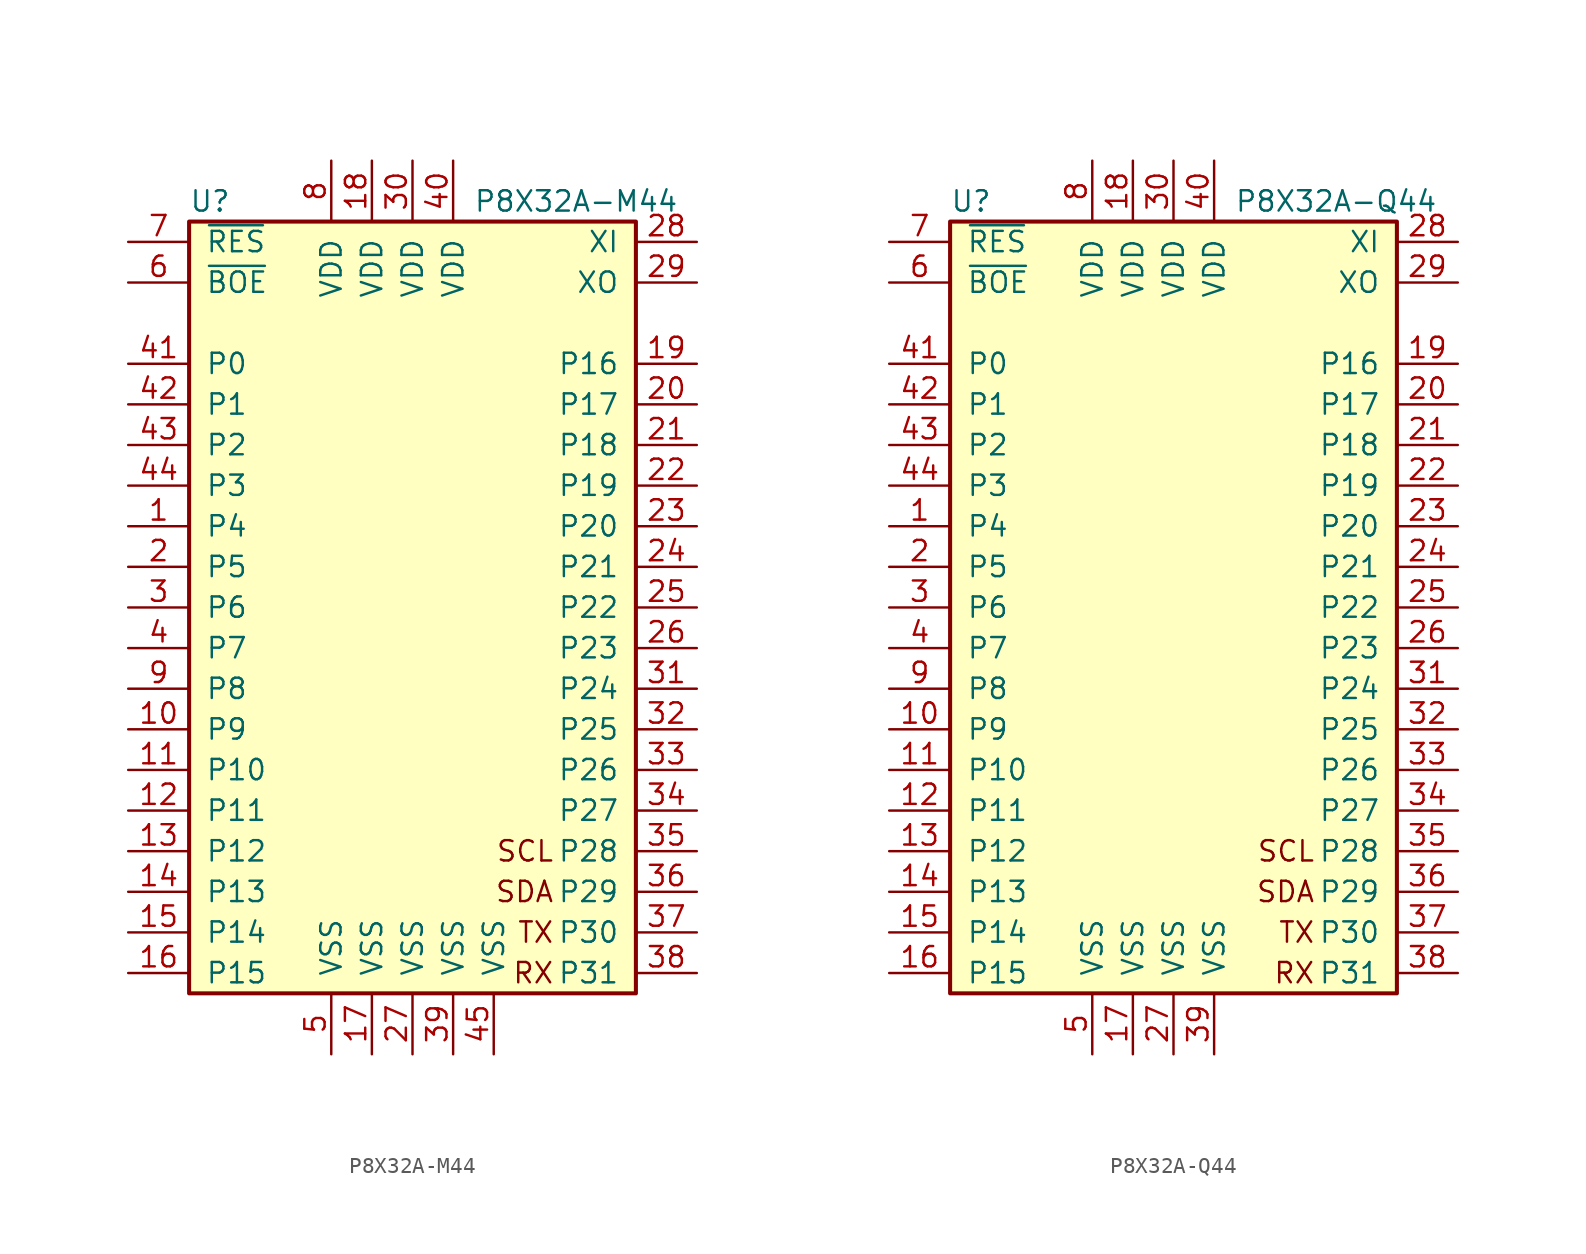
<source format=kicad_sym>
(kicad_symbol_lib
  (version 20201005)
  (generator kicad_symbol_editor)
  (symbol "P8X32A-M44"
    (pin_names
      (offset 1.016))
    (property "Reference" "U"
      (at -13.97 25.4 0)
      (effects (font (size 1.27 1.27)) (justify left)))
    (property "Value" "P8X32A-M44"
      (at 3.81 25.4 0)
      (effects (font (size 1.27 1.27)) (justify left)))
    (symbol "P8X32A-M44_0_1"
      (text "RX" (at 8.89 -22.86 0) (effects (font (size 1.27 1.27)) (justify right)))
      (text "SCL" (at 8.89 -15.24 0) (effects (font (size 1.27 1.27)) (justify right)))
      (text "SDA" (at 8.89 -17.78 0) (effects (font (size 1.27 1.27)) (justify right)))
      (text "TX" (at 8.89 -20.32 0) (effects (font (size 1.27 1.27)) (justify right)))
      (rectangle (start -13.97 24.13) (end 13.97 -24.13) (stroke (width 0.254)) (fill (type background)))
      (pin bidirectional line (at -17.78 5.08 0) (length 3.81) (name "P4" (effects (font (size 1.27 1.27)))) (number "1" (effects (font (size 1.27 1.27)))))
      (pin bidirectional line (at -17.78 -7.62 0) (length 3.81) (name "P9" (effects (font (size 1.27 1.27)))) (number "10" (effects (font (size 1.27 1.27)))))
      (pin bidirectional line (at -17.78 -10.16 0) (length 3.81) (name "P10" (effects (font (size 1.27 1.27)))) (number "11" (effects (font (size 1.27 1.27)))))
      (pin bidirectional line (at -17.78 -12.7 0) (length 3.81) (name "P11" (effects (font (size 1.27 1.27)))) (number "12" (effects (font (size 1.27 1.27)))))
      (pin bidirectional line (at -17.78 -15.24 0) (length 3.81) (name "P12" (effects (font (size 1.27 1.27)))) (number "13" (effects (font (size 1.27 1.27)))))
      (pin bidirectional line (at -17.78 -17.78 0) (length 3.81) (name "P13" (effects (font (size 1.27 1.27)))) (number "14" (effects (font (size 1.27 1.27)))))
      (pin bidirectional line (at -17.78 -20.32 0) (length 3.81) (name "P14" (effects (font (size 1.27 1.27)))) (number "15" (effects (font (size 1.27 1.27)))))
      (pin bidirectional line (at -17.78 -22.86 0) (length 3.81) (name "P15" (effects (font (size 1.27 1.27)))) (number "16" (effects (font (size 1.27 1.27)))))
      (pin power_in line (at -2.54 -27.94 90) (length 3.81) (name "VSS" (effects (font (size 1.27 1.27)))) (number "17" (effects (font (size 1.27 1.27)))))
      (pin power_in line (at -2.54 27.94 270) (length 3.81) (name "VDD" (effects (font (size 1.27 1.27)))) (number "18" (effects (font (size 1.27 1.27)))))
      (pin bidirectional line (at 17.78 15.24 180) (length 3.81) (name "P16" (effects (font (size 1.27 1.27)))) (number "19" (effects (font (size 1.27 1.27)))))
      (pin bidirectional line (at -17.78 2.54 0) (length 3.81) (name "P5" (effects (font (size 1.27 1.27)))) (number "2" (effects (font (size 1.27 1.27)))))
      (pin bidirectional line (at 17.78 12.7 180) (length 3.81) (name "P17" (effects (font (size 1.27 1.27)))) (number "20" (effects (font (size 1.27 1.27)))))
      (pin bidirectional line (at 17.78 10.16 180) (length 3.81) (name "P18" (effects (font (size 1.27 1.27)))) (number "21" (effects (font (size 1.27 1.27)))))
      (pin bidirectional line (at 17.78 7.62 180) (length 3.81) (name "P19" (effects (font (size 1.27 1.27)))) (number "22" (effects (font (size 1.27 1.27)))))
      (pin bidirectional line (at 17.78 5.08 180) (length 3.81) (name "P20" (effects (font (size 1.27 1.27)))) (number "23" (effects (font (size 1.27 1.27)))))
      (pin bidirectional line (at 17.78 2.54 180) (length 3.81) (name "P21" (effects (font (size 1.27 1.27)))) (number "24" (effects (font (size 1.27 1.27)))))
      (pin bidirectional line (at 17.78 0 180) (length 3.81) (name "P22" (effects (font (size 1.27 1.27)))) (number "25" (effects (font (size 1.27 1.27)))))
      (pin bidirectional line (at 17.78 -2.54 180) (length 3.81) (name "P23" (effects (font (size 1.27 1.27)))) (number "26" (effects (font (size 1.27 1.27)))))
      (pin power_in line (at 0 -27.94 90) (length 3.81) (name "VSS" (effects (font (size 1.27 1.27)))) (number "27" (effects (font (size 1.27 1.27)))))
      (pin input line (at 17.78 22.86 180) (length 3.81) (name "XI" (effects (font (size 1.27 1.27)))) (number "28" (effects (font (size 1.27 1.27)))))
      (pin output line (at 17.78 20.32 180) (length 3.81) (name "XO" (effects (font (size 1.27 1.27)))) (number "29" (effects (font (size 1.27 1.27)))))
      (pin bidirectional line (at -17.78 0 0) (length 3.81) (name "P6" (effects (font (size 1.27 1.27)))) (number "3" (effects (font (size 1.27 1.27)))))
      (pin power_in line (at 0 27.94 270) (length 3.81) (name "VDD" (effects (font (size 1.27 1.27)))) (number "30" (effects (font (size 1.27 1.27)))))
      (pin bidirectional line (at 17.78 -5.08 180) (length 3.81) (name "P24" (effects (font (size 1.27 1.27)))) (number "31" (effects (font (size 1.27 1.27)))))
      (pin bidirectional line (at 17.78 -7.62 180) (length 3.81) (name "P25" (effects (font (size 1.27 1.27)))) (number "32" (effects (font (size 1.27 1.27)))))
      (pin bidirectional line (at 17.78 -10.16 180) (length 3.81) (name "P26" (effects (font (size 1.27 1.27)))) (number "33" (effects (font (size 1.27 1.27)))))
      (pin bidirectional line (at 17.78 -12.7 180) (length 3.81) (name "P27" (effects (font (size 1.27 1.27)))) (number "34" (effects (font (size 1.27 1.27)))))
      (pin bidirectional line (at 17.78 -15.24 180) (length 3.81) (name "P28" (effects (font (size 1.27 1.27)))) (number "35" (effects (font (size 1.27 1.27)))))
      (pin bidirectional line (at 17.78 -17.78 180) (length 3.81) (name "P29" (effects (font (size 1.27 1.27)))) (number "36" (effects (font (size 1.27 1.27)))))
      (pin bidirectional line (at 17.78 -20.32 180) (length 3.81) (name "P30" (effects (font (size 1.27 1.27)))) (number "37" (effects (font (size 1.27 1.27)))))
      (pin bidirectional line (at 17.78 -22.86 180) (length 3.81) (name "P31" (effects (font (size 1.27 1.27)))) (number "38" (effects (font (size 1.27 1.27)))))
      (pin power_in line (at 2.54 -27.94 90) (length 3.81) (name "VSS" (effects (font (size 1.27 1.27)))) (number "39" (effects (font (size 1.27 1.27)))))
      (pin bidirectional line (at -17.78 -2.54 0) (length 3.81) (name "P7" (effects (font (size 1.27 1.27)))) (number "4" (effects (font (size 1.27 1.27)))))
      (pin power_in line (at 2.54 27.94 270) (length 3.81) (name "VDD" (effects (font (size 1.27 1.27)))) (number "40" (effects (font (size 1.27 1.27)))))
      (pin bidirectional line (at -17.78 15.24 0) (length 3.81) (name "P0" (effects (font (size 1.27 1.27)))) (number "41" (effects (font (size 1.27 1.27)))))
      (pin bidirectional line (at -17.78 12.7 0) (length 3.81) (name "P1" (effects (font (size 1.27 1.27)))) (number "42" (effects (font (size 1.27 1.27)))))
      (pin bidirectional line (at -17.78 10.16 0) (length 3.81) (name "P2" (effects (font (size 1.27 1.27)))) (number "43" (effects (font (size 1.27 1.27)))))
      (pin bidirectional line (at -17.78 7.62 0) (length 3.81) (name "P3" (effects (font (size 1.27 1.27)))) (number "44" (effects (font (size 1.27 1.27)))))
      (pin power_in line (at 5.08 -27.94 90) (length 3.81) (name "VSS" (effects (font (size 1.27 1.27)))) (number "45" (effects (font (size 1.27 1.27)))))
      (pin power_in line (at -5.08 -27.94 90) (length 3.81) (name "VSS" (effects (font (size 1.27 1.27)))) (number "5" (effects (font (size 1.27 1.27)))))
      (pin input line (at -17.78 20.32 0) (length 3.81) (name "~BOE" (effects (font (size 1.27 1.27)))) (number "6" (effects (font (size 1.27 1.27)))))
      (pin bidirectional line (at -17.78 22.86 0) (length 3.81) (name "~RES" (effects (font (size 1.27 1.27)))) (number "7" (effects (font (size 1.27 1.27)))))
      (pin power_in line (at -5.08 27.94 270) (length 3.81) (name "VDD" (effects (font (size 1.27 1.27)))) (number "8" (effects (font (size 1.27 1.27)))))
      (pin bidirectional line (at -17.78 -5.08 0) (length 3.81) (name "P8" (effects (font (size 1.27 1.27)))) (number "9" (effects (font (size 1.27 1.27)))))))
  (symbol "P8X32A-Q44"
    (pin_names
      (offset 1.016))
    (property "Reference" "U"
      (at -13.97 25.4 0)
      (effects (font (size 1.27 1.27)) (justify left)))
    (property "Value" "P8X32A-Q44"
      (at 3.81 25.4 0)
      (effects (font (size 1.27 1.27)) (justify left)))
    (symbol "P8X32A-Q44_0_1"
      (text "RX" (at 8.89 -22.86 0) (effects (font (size 1.27 1.27)) (justify right)))
      (text "SCL" (at 8.89 -15.24 0) (effects (font (size 1.27 1.27)) (justify right)))
      (text "SDA" (at 8.89 -17.78 0) (effects (font (size 1.27 1.27)) (justify right)))
      (text "TX" (at 8.89 -20.32 0) (effects (font (size 1.27 1.27)) (justify right)))
      (rectangle (start -13.97 24.13) (end 13.97 -24.13) (stroke (width 0.254)) (fill (type background)))
      (pin bidirectional line (at -17.78 5.08 0) (length 3.81) (name "P4" (effects (font (size 1.27 1.27)))) (number "1" (effects (font (size 1.27 1.27)))))
      (pin bidirectional line (at -17.78 -7.62 0) (length 3.81) (name "P9" (effects (font (size 1.27 1.27)))) (number "10" (effects (font (size 1.27 1.27)))))
      (pin bidirectional line (at -17.78 -10.16 0) (length 3.81) (name "P10" (effects (font (size 1.27 1.27)))) (number "11" (effects (font (size 1.27 1.27)))))
      (pin bidirectional line (at -17.78 -12.7 0) (length 3.81) (name "P11" (effects (font (size 1.27 1.27)))) (number "12" (effects (font (size 1.27 1.27)))))
      (pin bidirectional line (at -17.78 -15.24 0) (length 3.81) (name "P12" (effects (font (size 1.27 1.27)))) (number "13" (effects (font (size 1.27 1.27)))))
      (pin bidirectional line (at -17.78 -17.78 0) (length 3.81) (name "P13" (effects (font (size 1.27 1.27)))) (number "14" (effects (font (size 1.27 1.27)))))
      (pin bidirectional line (at -17.78 -20.32 0) (length 3.81) (name "P14" (effects (font (size 1.27 1.27)))) (number "15" (effects (font (size 1.27 1.27)))))
      (pin bidirectional line (at -17.78 -22.86 0) (length 3.81) (name "P15" (effects (font (size 1.27 1.27)))) (number "16" (effects (font (size 1.27 1.27)))))
      (pin power_in line (at -2.54 -27.94 90) (length 3.81) (name "VSS" (effects (font (size 1.27 1.27)))) (number "17" (effects (font (size 1.27 1.27)))))
      (pin power_in line (at -2.54 27.94 270) (length 3.81) (name "VDD" (effects (font (size 1.27 1.27)))) (number "18" (effects (font (size 1.27 1.27)))))
      (pin bidirectional line (at 17.78 15.24 180) (length 3.81) (name "P16" (effects (font (size 1.27 1.27)))) (number "19" (effects (font (size 1.27 1.27)))))
      (pin bidirectional line (at -17.78 2.54 0) (length 3.81) (name "P5" (effects (font (size 1.27 1.27)))) (number "2" (effects (font (size 1.27 1.27)))))
      (pin bidirectional line (at 17.78 12.7 180) (length 3.81) (name "P17" (effects (font (size 1.27 1.27)))) (number "20" (effects (font (size 1.27 1.27)))))
      (pin bidirectional line (at 17.78 10.16 180) (length 3.81) (name "P18" (effects (font (size 1.27 1.27)))) (number "21" (effects (font (size 1.27 1.27)))))
      (pin bidirectional line (at 17.78 7.62 180) (length 3.81) (name "P19" (effects (font (size 1.27 1.27)))) (number "22" (effects (font (size 1.27 1.27)))))
      (pin bidirectional line (at 17.78 5.08 180) (length 3.81) (name "P20" (effects (font (size 1.27 1.27)))) (number "23" (effects (font (size 1.27 1.27)))))
      (pin bidirectional line (at 17.78 2.54 180) (length 3.81) (name "P21" (effects (font (size 1.27 1.27)))) (number "24" (effects (font (size 1.27 1.27)))))
      (pin bidirectional line (at 17.78 0 180) (length 3.81) (name "P22" (effects (font (size 1.27 1.27)))) (number "25" (effects (font (size 1.27 1.27)))))
      (pin bidirectional line (at 17.78 -2.54 180) (length 3.81) (name "P23" (effects (font (size 1.27 1.27)))) (number "26" (effects (font (size 1.27 1.27)))))
      (pin power_in line (at 0 -27.94 90) (length 3.81) (name "VSS" (effects (font (size 1.27 1.27)))) (number "27" (effects (font (size 1.27 1.27)))))
      (pin input line (at 17.78 22.86 180) (length 3.81) (name "XI" (effects (font (size 1.27 1.27)))) (number "28" (effects (font (size 1.27 1.27)))))
      (pin output line (at 17.78 20.32 180) (length 3.81) (name "XO" (effects (font (size 1.27 1.27)))) (number "29" (effects (font (size 1.27 1.27)))))
      (pin bidirectional line (at -17.78 0 0) (length 3.81) (name "P6" (effects (font (size 1.27 1.27)))) (number "3" (effects (font (size 1.27 1.27)))))
      (pin power_in line (at 0 27.94 270) (length 3.81) (name "VDD" (effects (font (size 1.27 1.27)))) (number "30" (effects (font (size 1.27 1.27)))))
      (pin bidirectional line (at 17.78 -5.08 180) (length 3.81) (name "P24" (effects (font (size 1.27 1.27)))) (number "31" (effects (font (size 1.27 1.27)))))
      (pin bidirectional line (at 17.78 -7.62 180) (length 3.81) (name "P25" (effects (font (size 1.27 1.27)))) (number "32" (effects (font (size 1.27 1.27)))))
      (pin bidirectional line (at 17.78 -10.16 180) (length 3.81) (name "P26" (effects (font (size 1.27 1.27)))) (number "33" (effects (font (size 1.27 1.27)))))
      (pin bidirectional line (at 17.78 -12.7 180) (length 3.81) (name "P27" (effects (font (size 1.27 1.27)))) (number "34" (effects (font (size 1.27 1.27)))))
      (pin bidirectional line (at 17.78 -15.24 180) (length 3.81) (name "P28" (effects (font (size 1.27 1.27)))) (number "35" (effects (font (size 1.27 1.27)))))
      (pin bidirectional line (at 17.78 -17.78 180) (length 3.81) (name "P29" (effects (font (size 1.27 1.27)))) (number "36" (effects (font (size 1.27 1.27)))))
      (pin bidirectional line (at 17.78 -20.32 180) (length 3.81) (name "P30" (effects (font (size 1.27 1.27)))) (number "37" (effects (font (size 1.27 1.27)))))
      (pin bidirectional line (at 17.78 -22.86 180) (length 3.81) (name "P31" (effects (font (size 1.27 1.27)))) (number "38" (effects (font (size 1.27 1.27)))))
      (pin power_in line (at 2.54 -27.94 90) (length 3.81) (name "VSS" (effects (font (size 1.27 1.27)))) (number "39" (effects (font (size 1.27 1.27)))))
      (pin bidirectional line (at -17.78 -2.54 0) (length 3.81) (name "P7" (effects (font (size 1.27 1.27)))) (number "4" (effects (font (size 1.27 1.27)))))
      (pin power_in line (at 2.54 27.94 270) (length 3.81) (name "VDD" (effects (font (size 1.27 1.27)))) (number "40" (effects (font (size 1.27 1.27)))))
      (pin bidirectional line (at -17.78 15.24 0) (length 3.81) (name "P0" (effects (font (size 1.27 1.27)))) (number "41" (effects (font (size 1.27 1.27)))))
      (pin bidirectional line (at -17.78 12.7 0) (length 3.81) (name "P1" (effects (font (size 1.27 1.27)))) (number "42" (effects (font (size 1.27 1.27)))))
      (pin bidirectional line (at -17.78 10.16 0) (length 3.81) (name "P2" (effects (font (size 1.27 1.27)))) (number "43" (effects (font (size 1.27 1.27)))))
      (pin bidirectional line (at -17.78 7.62 0) (length 3.81) (name "P3" (effects (font (size 1.27 1.27)))) (number "44" (effects (font (size 1.27 1.27)))))
      (pin power_in line (at -5.08 -27.94 90) (length 3.81) (name "VSS" (effects (font (size 1.27 1.27)))) (number "5" (effects (font (size 1.27 1.27)))))
      (pin input line (at -17.78 20.32 0) (length 3.81) (name "~BOE" (effects (font (size 1.27 1.27)))) (number "6" (effects (font (size 1.27 1.27)))))
      (pin bidirectional line (at -17.78 22.86 0) (length 3.81) (name "~RES" (effects (font (size 1.27 1.27)))) (number "7" (effects (font (size 1.27 1.27)))))
      (pin power_in line (at -5.08 27.94 270) (length 3.81) (name "VDD" (effects (font (size 1.27 1.27)))) (number "8" (effects (font (size 1.27 1.27)))))
      (pin bidirectional line (at -17.78 -5.08 0) (length 3.81) (name "P8" (effects (font (size 1.27 1.27)))) (number "9" (effects (font (size 1.27 1.27))))))))
</source>
